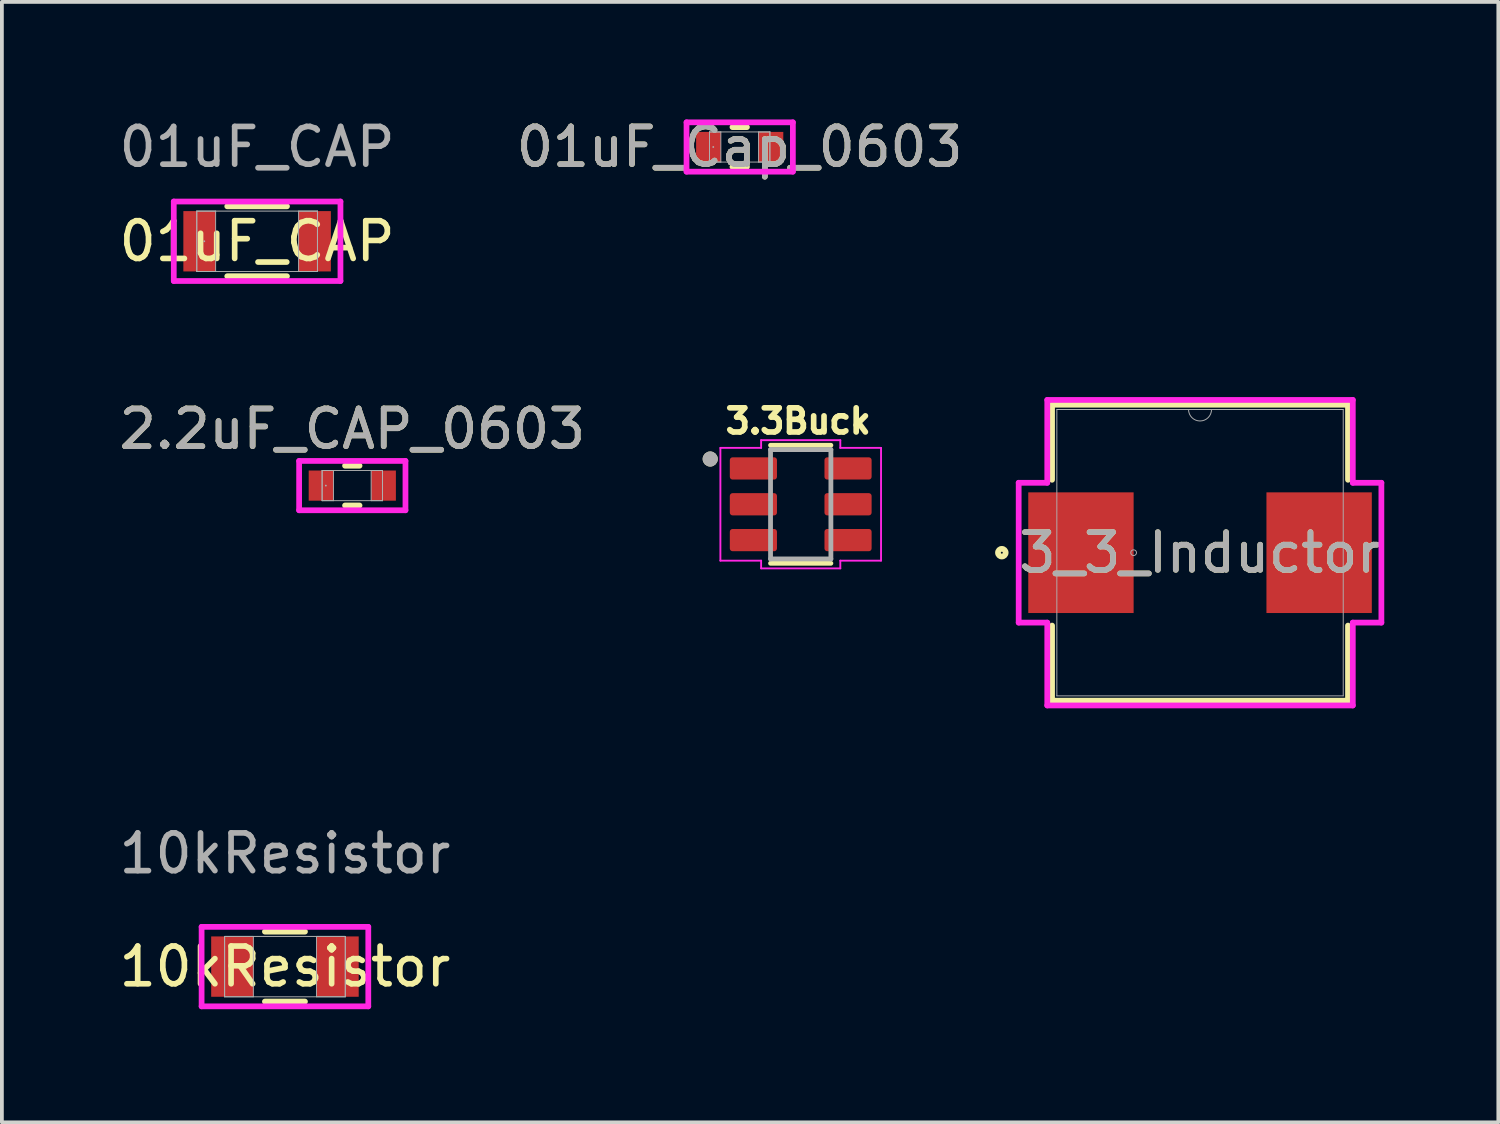
<source format=kicad_pcb>
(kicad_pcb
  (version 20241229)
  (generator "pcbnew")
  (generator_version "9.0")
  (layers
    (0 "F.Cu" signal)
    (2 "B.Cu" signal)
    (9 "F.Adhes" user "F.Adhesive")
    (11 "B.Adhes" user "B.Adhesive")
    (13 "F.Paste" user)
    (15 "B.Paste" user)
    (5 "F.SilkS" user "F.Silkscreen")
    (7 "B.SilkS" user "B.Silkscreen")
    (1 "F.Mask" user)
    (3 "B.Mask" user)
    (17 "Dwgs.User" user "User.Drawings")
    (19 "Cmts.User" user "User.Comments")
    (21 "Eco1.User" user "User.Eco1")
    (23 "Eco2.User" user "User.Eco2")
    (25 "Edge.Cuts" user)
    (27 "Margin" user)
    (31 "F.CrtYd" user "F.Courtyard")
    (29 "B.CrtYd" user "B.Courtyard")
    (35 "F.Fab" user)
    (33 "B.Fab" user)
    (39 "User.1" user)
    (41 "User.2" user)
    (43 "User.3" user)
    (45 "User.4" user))
  (footprint "2.2uF_CAP_0603"
    (layer "F.Cu")
    (at 6.292 9.827)
    (property "Reference" "2.2uF_CAP_0603" (at 0 -1.5 0) (unlocked yes) (layer "F.SilkS") (effects (font (size 1 1) (thickness 0.15))))
    (attr smd)
    (fp_line (start -0.192 0.527) (end 0.192 0.527) (stroke (width 0.152) (type solid)) (layer "F.SilkS"))
    (fp_line (start 0.192 -0.527) (end -0.192 -0.527) (stroke (width 0.152) (type solid)) (layer "F.SilkS"))
    (fp_line (start -1.41 -0.654) (end 1.41 -0.654) (stroke (width 0.152) (type solid)) (layer "F.CrtYd"))
    (fp_line (start -1.41 0.654) (end -1.41 -0.654) (stroke (width 0.152) (type solid)) (layer "F.CrtYd"))
    (fp_line (start 1.41 -0.654) (end 1.41 0.654) (stroke (width 0.152) (type solid)) (layer "F.CrtYd"))
    (fp_line (start 1.41 0.654) (end -1.41 0.654) (stroke (width 0.152) (type solid)) (layer "F.CrtYd"))
    (fp_line (start -0.8 -0.4) (end -0.8 0.4) (stroke (width 0.025) (type solid)) (layer "F.Fab"))
    (fp_line (start -0.8 -0.4) (end -0.8 0.4) (stroke (width 0.025) (type solid)) (layer "F.Fab"))
    (fp_line (start -0.8 0.4) (end -0.5 0.4) (stroke (width 0.025) (type solid)) (layer "F.Fab"))
    (fp_line (start -0.8 0.4) (end 0.8 0.4) (stroke (width 0.025) (type solid)) (layer "F.Fab"))
    (fp_line (start -0.5 -0.4) (end -0.8 -0.4) (stroke (width 0.025) (type solid)) (layer "F.Fab"))
    (fp_line (start -0.5 0.4) (end -0.5 -0.4) (stroke (width 0.025) (type solid)) (layer "F.Fab"))
    (fp_line (start 0.5 -0.4) (end 0.5 0.4) (stroke (width 0.025) (type solid)) (layer "F.Fab"))
    (fp_line (start 0.5 0.4) (end 0.8 0.4) (stroke (width 0.025) (type solid)) (layer "F.Fab"))
    (fp_line (start 0.8 -0.4) (end -0.8 -0.4) (stroke (width 0.025) (type solid)) (layer "F.Fab"))
    (fp_line (start 0.8 -0.4) (end 0.5 -0.4) (stroke (width 0.025) (type solid)) (layer "F.Fab"))
    (fp_line (start 0.8 0.4) (end 0.8 -0.4) (stroke (width 0.025) (type solid)) (layer "F.Fab"))
    (fp_line (start 0.8 0.4) (end 0.8 -0.4) (stroke (width 0.025) (type solid)) (layer "F.Fab"))
    (fp_circle (center -0.701 0) (end -0.701 0) (stroke (width 0.025) (type solid)) (fill no) (layer "F.Fab"))
    (fp_text user "${REFERENCE}" (at 0 -1.5 0) (unlocked yes) (layer "F.Fab") (effects (font (size 1 1) (thickness 0.15))))
    (pad "1" smd rect (at -0.828 0) (size 0.656 0.8) (layers "F.Cu" "F.Mask" "F.Paste"))
    (pad "2" smd rect (at 0.828 0) (size 0.656 0.8) (layers "F.Cu" "F.Mask" "F.Paste"))
    (zone (net_name "") (layer "F.Cu") (hatch full 0.508) (connect_pads) (min_thickness 0.254) (filled_areas_thickness no) (keepout (tracks not_allowed) (vias not_allowed) (pads allowed) (copperpour not_allowed) (footprints allowed)) (placement (enabled no)) (fill) (polygon (pts (xy 5.842 9.477) (xy 6.741 9.477) (xy 6.741 10.176) (xy 5.842 10.176)))))
  (footprint "01uF_CAP"
    (layer "F.Cu")
    (at 3.768 3.348)
    (property "Reference" "01uF_CAP" (at 0 0 0) (unlocked yes) (layer "F.SilkS") (effects (font (size 1 1) (thickness 0.15))))
    (attr smd)
    (fp_line (start -0.792 0.927) (end 0.792 0.927) (stroke (width 0.152) (type solid)) (layer "F.SilkS"))
    (fp_line (start 0.792 -0.927) (end -0.792 -0.927) (stroke (width 0.152) (type solid)) (layer "F.SilkS"))
    (fp_line (start -2.21 -1.054) (end 2.21 -1.054) (stroke (width 0.152) (type solid)) (layer "F.CrtYd"))
    (fp_line (start -2.21 1.054) (end -2.21 -1.054) (stroke (width 0.152) (type solid)) (layer "F.CrtYd"))
    (fp_line (start 2.21 -1.054) (end 2.21 1.054) (stroke (width 0.152) (type solid)) (layer "F.CrtYd"))
    (fp_line (start 2.21 1.054) (end -2.21 1.054) (stroke (width 0.152) (type solid)) (layer "F.CrtYd"))
    (fp_line (start -1.6 -0.8) (end -1.6 0.8) (stroke (width 0.025) (type solid)) (layer "F.Fab"))
    (fp_line (start -1.6 -0.8) (end -1.6 0.8) (stroke (width 0.025) (type solid)) (layer "F.Fab"))
    (fp_line (start -1.6 0.8) (end -1.1 0.8) (stroke (width 0.025) (type solid)) (layer "F.Fab"))
    (fp_line (start -1.6 0.8) (end 1.6 0.8) (stroke (width 0.025) (type solid)) (layer "F.Fab"))
    (fp_line (start -1.1 -0.8) (end -1.6 -0.8) (stroke (width 0.025) (type solid)) (layer "F.Fab"))
    (fp_line (start -1.1 0.8) (end -1.1 -0.8) (stroke (width 0.025) (type solid)) (layer "F.Fab"))
    (fp_line (start 1.1 -0.8) (end 1.1 0.8) (stroke (width 0.025) (type solid)) (layer "F.Fab"))
    (fp_line (start 1.1 0.8) (end 1.6 0.8) (stroke (width 0.025) (type solid)) (layer "F.Fab"))
    (fp_line (start 1.6 -0.8) (end -1.6 -0.8) (stroke (width 0.025) (type solid)) (layer "F.Fab"))
    (fp_line (start 1.6 -0.8) (end 1.1 -0.8) (stroke (width 0.025) (type solid)) (layer "F.Fab"))
    (fp_line (start 1.6 0.8) (end 1.6 -0.8) (stroke (width 0.025) (type solid)) (layer "F.Fab"))
    (fp_line (start 1.6 0.8) (end 1.6 -0.8) (stroke (width 0.025) (type solid)) (layer "F.Fab"))
    (fp_circle (center -1.401 0) (end -1.401 0) (stroke (width 0.025) (type solid)) (fill no) (layer "F.Fab"))
    (fp_text user "${REFERENCE}" (at 0 -2.5 0) (unlocked yes) (layer "F.Fab") (effects (font (size 1 1) (thickness 0.15))))
    (pad "1" smd rect (at -1.528 0) (size 0.856 1.6) (layers "F.Cu" "F.Mask" "F.Paste"))
    (pad "2" smd rect (at 1.528 0) (size 0.856 1.6) (layers "F.Cu" "F.Mask" "F.Paste"))
    (zone (net_name "") (layer "F.Cu") (hatch full 0.508) (connect_pads) (min_thickness 0.254) (filled_areas_thickness no) (keepout (tracks not_allowed) (vias not_allowed) (pads allowed) (copperpour not_allowed) (footprints allowed)) (placement (enabled no)) (fill) (polygon (pts (xy 2.719 2.599) (xy 4.817 2.599) (xy 4.817 4.097) (xy 2.719 4.097)))))
  (footprint "10kResistor"
    (layer "F.Cu")
    (at 4.506 22.582)
    (property "Reference" "10kResistor" (at 0 0 0) (unlocked yes) (layer "F.SilkS") (effects (font (size 1 1) (thickness 0.15))))
    (attr smd)
    (fp_line (start -0.531 0.927) (end 0.531 0.927) (stroke (width 0.152) (type solid)) (layer "F.SilkS"))
    (fp_line (start 0.531 -0.927) (end -0.531 -0.927) (stroke (width 0.152) (type solid)) (layer "F.SilkS"))
    (fp_line (start -2.21 -1.054) (end 2.21 -1.054) (stroke (width 0.152) (type solid)) (layer "F.CrtYd"))
    (fp_line (start -2.21 1.054) (end -2.21 -1.054) (stroke (width 0.152) (type solid)) (layer "F.CrtYd"))
    (fp_line (start 2.21 -1.054) (end 2.21 1.054) (stroke (width 0.152) (type solid)) (layer "F.CrtYd"))
    (fp_line (start 2.21 1.054) (end -2.21 1.054) (stroke (width 0.152) (type solid)) (layer "F.CrtYd"))
    (fp_line (start -1.6 -0.8) (end -1.6 0.8) (stroke (width 0.025) (type solid)) (layer "F.Fab"))
    (fp_line (start -1.6 -0.8) (end -1.6 0.8) (stroke (width 0.025) (type solid)) (layer "F.Fab"))
    (fp_line (start -1.6 0.8) (end -0.838 0.8) (stroke (width 0.025) (type solid)) (layer "F.Fab"))
    (fp_line (start -1.6 0.8) (end 1.6 0.8) (stroke (width 0.025) (type solid)) (layer "F.Fab"))
    (fp_line (start -0.838 -0.8) (end -1.6 -0.8) (stroke (width 0.025) (type solid)) (layer "F.Fab"))
    (fp_line (start -0.838 0.8) (end -0.838 -0.8) (stroke (width 0.025) (type solid)) (layer "F.Fab"))
    (fp_line (start 0.838 -0.8) (end 0.838 0.8) (stroke (width 0.025) (type solid)) (layer "F.Fab"))
    (fp_line (start 0.838 0.8) (end 1.6 0.8) (stroke (width 0.025) (type solid)) (layer "F.Fab"))
    (fp_line (start 1.6 -0.8) (end -1.6 -0.8) (stroke (width 0.025) (type solid)) (layer "F.Fab"))
    (fp_line (start 1.6 -0.8) (end 0.838 -0.8) (stroke (width 0.025) (type solid)) (layer "F.Fab"))
    (fp_line (start 1.6 0.8) (end 1.6 -0.8) (stroke (width 0.025) (type solid)) (layer "F.Fab"))
    (fp_line (start 1.6 0.8) (end 1.6 -0.8) (stroke (width 0.025) (type solid)) (layer "F.Fab"))
    (fp_text user "${REFERENCE}" (at 0 -3 0) (unlocked yes) (layer "F.Fab") (effects (font (size 1 1) (thickness 0.15))))
    (pad "1" smd rect (at -1.397 0) (size 1.118 1.6) (layers "F.Cu" "F.Mask" "F.Paste"))
    (pad "2" smd rect (at 1.397 0) (size 1.118 1.6) (layers "F.Cu" "F.Mask" "F.Paste"))
    (zone (net_name "") (layer "F.Cu") (hatch full 0.508) (connect_pads) (min_thickness 0.254) (filled_areas_thickness no) (keepout (tracks not_allowed) (vias not_allowed) (pads allowed) (copperpour not_allowed) (footprints allowed)) (placement (enabled no)) (fill) (polygon (pts (xy 3.719 21.832) (xy 5.293 21.832) (xy 5.293 23.331) (xy 3.719 23.331)))))
  (footprint "3_3_Inductor"
    (layer "F.Cu")
    (at 28.772 11.606)
    (property "Reference" "3_3_Inductor" (at 0 0 0) (unlocked yes) (layer "F.SilkS") (effects (font (size 1 1) (thickness 0.15))))
    (attr smd)
    (fp_line (start -3.924 -3.924) (end -3.924 -1.933) (stroke (width 0.152) (type solid)) (layer "F.SilkS"))
    (fp_line (start -3.924 1.933) (end -3.924 3.924) (stroke (width 0.152) (type solid)) (layer "F.SilkS"))
    (fp_line (start -3.924 3.924) (end 3.924 3.924) (stroke (width 0.152) (type solid)) (layer "F.SilkS"))
    (fp_line (start 3.924 -3.924) (end -3.924 -3.924) (stroke (width 0.152) (type solid)) (layer "F.SilkS"))
    (fp_line (start 3.924 -1.933) (end 3.924 -3.924) (stroke (width 0.152) (type solid)) (layer "F.SilkS"))
    (fp_line (start 3.924 3.924) (end 3.924 1.933) (stroke (width 0.152) (type solid)) (layer "F.SilkS"))
    (fp_circle (center -5.256 0) (end -5.154 0) (stroke (width 0.152) (type solid)) (fill no) (layer "F.SilkS"))
    (fp_line (start -4.809 -1.854) (end -4.051 -1.854) (stroke (width 0.152) (type solid)) (layer "F.CrtYd"))
    (fp_line (start -4.809 1.854) (end -4.809 -1.854) (stroke (width 0.152) (type solid)) (layer "F.CrtYd"))
    (fp_line (start -4.809 1.854) (end -4.051 1.854) (stroke (width 0.152) (type solid)) (layer "F.CrtYd"))
    (fp_line (start -4.051 -4.051) (end 4.051 -4.051) (stroke (width 0.152) (type solid)) (layer "F.CrtYd"))
    (fp_line (start -4.051 -1.854) (end -4.051 -4.051) (stroke (width 0.152) (type solid)) (layer "F.CrtYd"))
    (fp_line (start -4.051 4.051) (end -4.051 1.854) (stroke (width 0.152) (type solid)) (layer "F.CrtYd"))
    (fp_line (start 4.051 -4.051) (end 4.051 -1.854) (stroke (width 0.152) (type solid)) (layer "F.CrtYd"))
    (fp_line (start 4.051 1.854) (end 4.051 4.051) (stroke (width 0.152) (type solid)) (layer "F.CrtYd"))
    (fp_line (start 4.051 4.051) (end -4.051 4.051) (stroke (width 0.152) (type solid)) (layer "F.CrtYd"))
    (fp_line (start 4.809 -1.854) (end 4.051 -1.854) (stroke (width 0.152) (type solid)) (layer "F.CrtYd"))
    (fp_line (start 4.809 -1.854) (end 4.809 1.854) (stroke (width 0.152) (type solid)) (layer "F.CrtYd"))
    (fp_line (start 4.809 1.854) (end 4.051 1.854) (stroke (width 0.152) (type solid)) (layer "F.CrtYd"))
    (fp_line (start -3.797 -3.797) (end -3.797 3.797) (stroke (width 0.025) (type solid)) (layer "F.Fab"))
    (fp_line (start -3.797 3.797) (end 3.797 3.797) (stroke (width 0.025) (type solid)) (layer "F.Fab"))
    (fp_line (start 3.797 -3.797) (end -3.797 -3.797) (stroke (width 0.025) (type solid)) (layer "F.Fab"))
    (fp_line (start 3.797 3.797) (end 3.797 -3.797) (stroke (width 0.025) (type solid)) (layer "F.Fab"))
    (fp_arc (start 0.3048 -3.7973) (mid 0 -3.4925) (end -0.3048 -3.7973) (stroke (width 0.0254) (type solid)) (layer "F.Fab"))
    (fp_circle (center -1.761 0) (end -1.685 0) (stroke (width 0.025) (type solid)) (fill no) (layer "F.Fab"))
    (fp_text user "${REFERENCE}" (at 0 0 0) (unlocked yes) (layer "F.Fab") (effects (font (size 1 1) (thickness 0.15))))
    (pad "1" smd rect (at -3.158 0) (size 2.794 3.2) (layers "F.Cu" "F.Mask" "F.Paste"))
    (pad "2" smd rect (at 3.158 0) (size 2.794 3.2) (layers "F.Cu" "F.Mask" "F.Paste")))
  (footprint "3.3Buck"
    (layer "F.Cu")
    (at 18.183 10.322)
    (property "Reference" "3.3Buck" (at -0.068 -2.206 0) (layer "F.SilkS") (effects (font (size 0.64 0.64) (thickness 0.15))))
    (attr smd)
    (fp_line (start -0.8 -1.565) (end 0.8 -1.565) (stroke (width 0.127) (type solid)) (layer "F.SilkS"))
    (fp_line (start -0.8 1.565) (end 0.8 1.565) (stroke (width 0.127) (type solid)) (layer "F.SilkS"))
    (fp_circle (center -2.4 -1.2) (end -2.3 -1.2) (stroke (width 0.2) (type solid)) (fill no) (layer "F.SilkS"))
    (fp_line (start -2.13 -1.495) (end -2.13 1.495) (stroke (width 0.05) (type solid)) (layer "F.CrtYd"))
    (fp_line (start -2.13 1.495) (end -1.05 1.495) (stroke (width 0.05) (type solid)) (layer "F.CrtYd"))
    (fp_line (start -1.05 -1.7) (end -1.05 -1.495) (stroke (width 0.05) (type solid)) (layer "F.CrtYd"))
    (fp_line (start -1.05 -1.495) (end -2.13 -1.495) (stroke (width 0.05) (type solid)) (layer "F.CrtYd"))
    (fp_line (start -1.05 1.495) (end -1.05 1.7) (stroke (width 0.05) (type solid)) (layer "F.CrtYd"))
    (fp_line (start -1.05 1.7) (end 1.05 1.7) (stroke (width 0.05) (type solid)) (layer "F.CrtYd"))
    (fp_line (start 1.05 -1.7) (end -1.05 -1.7) (stroke (width 0.05) (type solid)) (layer "F.CrtYd"))
    (fp_line (start 1.05 -1.495) (end 1.05 -1.7) (stroke (width 0.05) (type solid)) (layer "F.CrtYd"))
    (fp_line (start 1.05 1.495) (end 2.13 1.495) (stroke (width 0.05) (type solid)) (layer "F.CrtYd"))
    (fp_line (start 1.05 1.7) (end 1.05 1.495) (stroke (width 0.05) (type solid)) (layer "F.CrtYd"))
    (fp_line (start 2.13 -1.495) (end 1.05 -1.495) (stroke (width 0.05) (type solid)) (layer "F.CrtYd"))
    (fp_line (start 2.13 1.495) (end 2.13 -1.495) (stroke (width 0.05) (type solid)) (layer "F.CrtYd"))
    (fp_line (start -0.8 -1.45) (end -0.8 1.45) (stroke (width 0.127) (type solid)) (layer "F.Fab"))
    (fp_line (start -0.8 1.45) (end 0.8 1.45) (stroke (width 0.127) (type solid)) (layer "F.Fab"))
    (fp_line (start 0.8 -1.45) (end -0.8 -1.45) (stroke (width 0.127) (type solid)) (layer "F.Fab"))
    (fp_line (start 0.8 1.45) (end 0.8 -1.45) (stroke (width 0.127) (type solid)) (layer "F.Fab"))
    (fp_circle (center -2.4 -1.2) (end -2.3 -1.2) (stroke (width 0.2) (type solid)) (fill no) (layer "F.Fab"))
    (pad "1" smd roundrect (at -1.255 -0.95) (size 1.25 0.59) (layers "F.Cu" "F.Mask" "F.Paste") (roundrect_rratio 0.125))
    (pad "2" smd roundrect (at -1.255 0) (size 1.25 0.59) (layers "F.Cu" "F.Mask" "F.Paste") (roundrect_rratio 0.125))
    (pad "3" smd roundrect (at -1.255 0.95) (size 1.25 0.59) (layers "F.Cu" "F.Mask" "F.Paste") (roundrect_rratio 0.125))
    (pad "4" smd roundrect (at 1.255 0.95) (size 1.25 0.59) (layers "F.Cu" "F.Mask" "F.Paste") (roundrect_rratio 0.125))
    (pad "5" smd roundrect (at 1.255 0) (size 1.25 0.59) (layers "F.Cu" "F.Mask" "F.Paste") (roundrect_rratio 0.125))
    (pad "6" smd roundrect (at 1.255 -0.95) (size 1.25 0.59) (layers "F.Cu" "F.Mask" "F.Paste") (roundrect_rratio 0.125)))
  (footprint "01uF_Cap_0603"
    (layer "F.Cu")
    (at 16.565 0.848)
    (property "Reference" "01uF_Cap_0603" (at 0 0 0) (unlocked yes) (layer "F.SilkS") (effects (font (size 1 1) (thickness 0.15))))
    (attr smd)
    (fp_line (start -0.192 0.527) (end 0.192 0.527) (stroke (width 0.152) (type solid)) (layer "F.SilkS"))
    (fp_line (start 0.192 -0.527) (end -0.192 -0.527) (stroke (width 0.152) (type solid)) (layer "F.SilkS"))
    (fp_line (start -1.41 -0.654) (end 1.41 -0.654) (stroke (width 0.152) (type solid)) (layer "F.CrtYd"))
    (fp_line (start -1.41 0.654) (end -1.41 -0.654) (stroke (width 0.152) (type solid)) (layer "F.CrtYd"))
    (fp_line (start 1.41 -0.654) (end 1.41 0.654) (stroke (width 0.152) (type solid)) (layer "F.CrtYd"))
    (fp_line (start 1.41 0.654) (end -1.41 0.654) (stroke (width 0.152) (type solid)) (layer "F.CrtYd"))
    (fp_line (start -0.8 -0.4) (end -0.8 0.4) (stroke (width 0.025) (type solid)) (layer "F.Fab"))
    (fp_line (start -0.8 -0.4) (end -0.8 0.4) (stroke (width 0.025) (type solid)) (layer "F.Fab"))
    (fp_line (start -0.8 0.4) (end -0.5 0.4) (stroke (width 0.025) (type solid)) (layer "F.Fab"))
    (fp_line (start -0.8 0.4) (end 0.8 0.4) (stroke (width 0.025) (type solid)) (layer "F.Fab"))
    (fp_line (start -0.5 -0.4) (end -0.8 -0.4) (stroke (width 0.025) (type solid)) (layer "F.Fab"))
    (fp_line (start -0.5 0.4) (end -0.5 -0.4) (stroke (width 0.025) (type solid)) (layer "F.Fab"))
    (fp_line (start 0.5 -0.4) (end 0.5 0.4) (stroke (width 0.025) (type solid)) (layer "F.Fab"))
    (fp_line (start 0.5 0.4) (end 0.8 0.4) (stroke (width 0.025) (type solid)) (layer "F.Fab"))
    (fp_line (start 0.8 -0.4) (end -0.8 -0.4) (stroke (width 0.025) (type solid)) (layer "F.Fab"))
    (fp_line (start 0.8 -0.4) (end 0.5 -0.4) (stroke (width 0.025) (type solid)) (layer "F.Fab"))
    (fp_line (start 0.8 0.4) (end 0.8 -0.4) (stroke (width 0.025) (type solid)) (layer "F.Fab"))
    (fp_line (start 0.8 0.4) (end 0.8 -0.4) (stroke (width 0.025) (type solid)) (layer "F.Fab"))
    (fp_circle (center -0.701 0) (end -0.701 0) (stroke (width 0.025) (type solid)) (fill no) (layer "F.Fab"))
    (fp_text user "${REFERENCE}" (at 0 0 0) (unlocked yes) (layer "F.Fab") (effects (font (size 1 1) (thickness 0.15))))
    (pad "1" smd rect (at -0.828 0) (size 0.656 0.8) (layers "F.Cu" "F.Mask" "F.Paste"))
    (pad "2" smd rect (at 0.828 0) (size 0.656 0.8) (layers "F.Cu" "F.Mask" "F.Paste"))
    (zone (net_name "") (layer "F.Cu") (hatch full 0.508) (connect_pads) (min_thickness 0.254) (filled_areas_thickness no) (keepout (tracks not_allowed) (vias not_allowed) (pads allowed) (copperpour not_allowed) (footprints allowed)) (placement (enabled no)) (fill) (polygon (pts (xy 16.116 0.499) (xy 17.015 0.499) (xy 17.015 1.197) (xy 16.116 1.197)))))
  (gr_rect
    (start -3 -3)
    (end 36.682 26.712)
    (stroke (width 0.1) (type default))
    (fill no)
    (layer "Edge.Cuts")))
</source>
